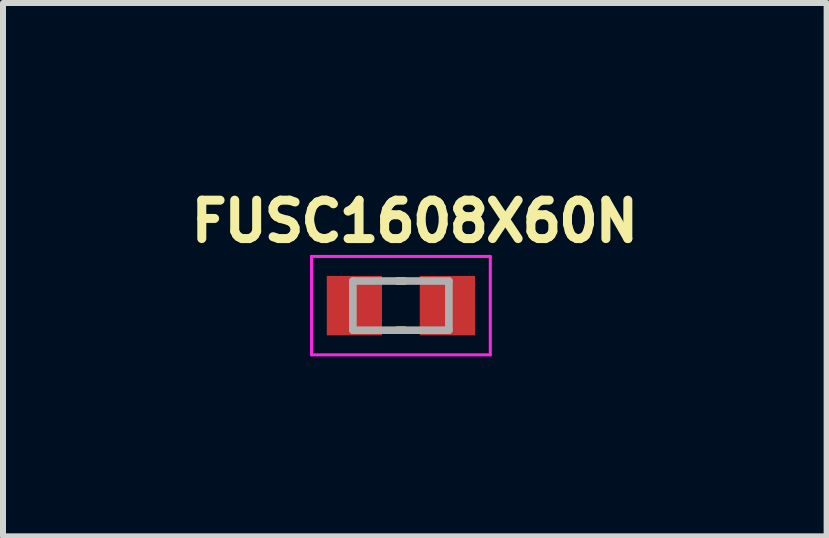
<source format=kicad_pcb>
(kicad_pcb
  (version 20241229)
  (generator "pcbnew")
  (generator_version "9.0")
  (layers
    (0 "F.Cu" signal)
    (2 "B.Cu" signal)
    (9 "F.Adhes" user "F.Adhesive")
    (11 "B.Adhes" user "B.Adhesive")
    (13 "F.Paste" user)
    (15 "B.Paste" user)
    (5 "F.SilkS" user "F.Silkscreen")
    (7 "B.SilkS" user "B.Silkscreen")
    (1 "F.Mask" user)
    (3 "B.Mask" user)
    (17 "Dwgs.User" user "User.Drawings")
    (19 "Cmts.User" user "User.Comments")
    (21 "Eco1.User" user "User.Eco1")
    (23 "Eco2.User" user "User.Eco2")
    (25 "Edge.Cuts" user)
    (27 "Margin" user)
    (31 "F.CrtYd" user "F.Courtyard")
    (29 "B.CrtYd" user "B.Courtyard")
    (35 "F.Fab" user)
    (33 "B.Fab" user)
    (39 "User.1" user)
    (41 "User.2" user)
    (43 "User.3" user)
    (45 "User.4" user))
  (footprint "FUSC1608X60N"
    (layer "F.Cu")
    (at 3.632 2.044)
    (property "Reference" "FUSC1608X60N" (at 0.232 -1.406 0) (layer "F.SilkS") (effects (font (size 0.64 0.64) (thickness 0.15))))
    (attr smd)
    (fp_line (start -0.06 -0.41) (end 0.06 -0.41) (stroke (width 0.127) (type solid)) (layer "F.SilkS"))
    (fp_line (start 0.06 0.41) (end -0.06 0.41) (stroke (width 0.127) (type solid)) (layer "F.SilkS"))
    (fp_line (start -1.49 -0.82) (end 1.49 -0.82) (stroke (width 0.05) (type solid)) (layer "F.CrtYd"))
    (fp_line (start -1.49 0.82) (end -1.49 -0.82) (stroke (width 0.05) (type solid)) (layer "F.CrtYd"))
    (fp_line (start 1.49 -0.82) (end 1.49 0.82) (stroke (width 0.05) (type solid)) (layer "F.CrtYd"))
    (fp_line (start 1.49 0.82) (end -1.49 0.82) (stroke (width 0.05) (type solid)) (layer "F.CrtYd"))
    (fp_line (start -0.8 -0.41) (end 0.8 -0.41) (stroke (width 0.127) (type solid)) (layer "F.Fab"))
    (fp_line (start -0.8 0.41) (end -0.8 -0.41) (stroke (width 0.127) (type solid)) (layer "F.Fab"))
    (fp_line (start 0.8 -0.41) (end 0.8 0.41) (stroke (width 0.127) (type solid)) (layer "F.Fab"))
    (fp_line (start 0.8 0.41) (end -0.8 0.41) (stroke (width 0.127) (type solid)) (layer "F.Fab"))
    (pad "1" smd rect (at -0.775 0) (size 0.92 0.99) (layers "F.Cu" "F.Mask" "F.Paste"))
    (pad "2" smd rect (at 0.775 0) (size 0.92 0.99) (layers "F.Cu" "F.Mask" "F.Paste")))
  (gr_rect
    (start -3 -3)
    (end 10.728 5.889)
    (stroke (width 0.1) (type default))
    (fill no)
    (layer "Edge.Cuts")))
</source>
